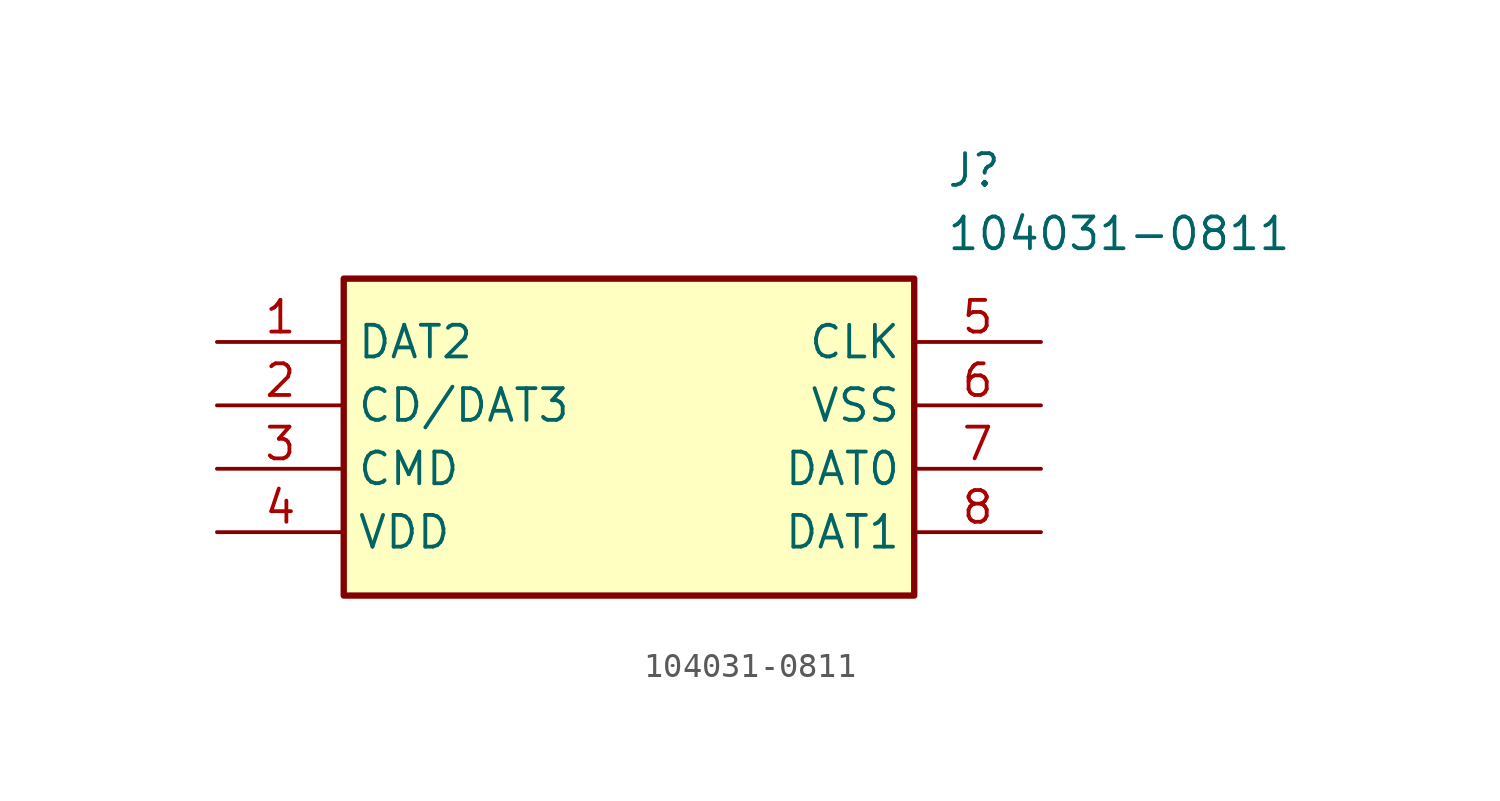
<source format=kicad_sym>
(kicad_symbol_lib
  (version 20211014)
  (generator SamacSys_ECAD_Model)
  (symbol "104031-0811"
    (property "Reference" "J"
      (at 29.21 7.62 0)
      (effects (font (size 1.27 1.27)) (justify left top)))
    (property "Value" "104031-0811"
      (at 29.21 5.08 0)
      (effects (font (size 1.27 1.27)) (justify left top)))
    (rectangle
      (start 5.08 2.54)
      (end 27.94 -10.16)
      (stroke (width 0.254) (type default))
      (fill (type background)))
    (pin passive line
      (at 0 0 0)
      (length 5.08)
      (name "DAT2" (effects (font (size 1.27 1.27))))
      (number "1" (effects (font (size 1.27 1.27)))))
    (pin passive line
      (at 0 -2.54 0)
      (length 5.08)
      (name "CD/DAT3" (effects (font (size 1.27 1.27))))
      (number "2" (effects (font (size 1.27 1.27)))))
    (pin passive line
      (at 0 -5.08 0)
      (length 5.08)
      (name "CMD" (effects (font (size 1.27 1.27))))
      (number "3" (effects (font (size 1.27 1.27)))))
    (pin passive line
      (at 0 -7.62 0)
      (length 5.08)
      (name "VDD" (effects (font (size 1.27 1.27))))
      (number "4" (effects (font (size 1.27 1.27)))))
    (pin passive line
      (at 33.02 0 180)
      (length 5.08)
      (name "CLK" (effects (font (size 1.27 1.27))))
      (number "5" (effects (font (size 1.27 1.27)))))
    (pin passive line
      (at 33.02 -2.54 180)
      (length 5.08)
      (name "VSS" (effects (font (size 1.27 1.27))))
      (number "6" (effects (font (size 1.27 1.27)))))
    (pin passive line
      (at 33.02 -5.08 180)
      (length 5.08)
      (name "DAT0" (effects (font (size 1.27 1.27))))
      (number "7" (effects (font (size 1.27 1.27)))))
    (pin passive line
      (at 33.02 -7.62 180)
      (length 5.08)
      (name "DAT1" (effects (font (size 1.27 1.27))))
      (number "8" (effects (font (size 1.27 1.27)))))))
</source>
